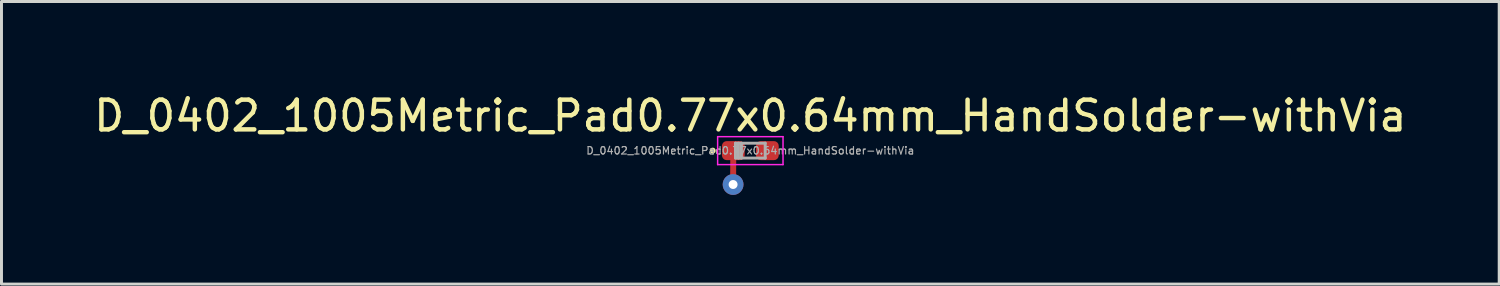
<source format=kicad_pcb>
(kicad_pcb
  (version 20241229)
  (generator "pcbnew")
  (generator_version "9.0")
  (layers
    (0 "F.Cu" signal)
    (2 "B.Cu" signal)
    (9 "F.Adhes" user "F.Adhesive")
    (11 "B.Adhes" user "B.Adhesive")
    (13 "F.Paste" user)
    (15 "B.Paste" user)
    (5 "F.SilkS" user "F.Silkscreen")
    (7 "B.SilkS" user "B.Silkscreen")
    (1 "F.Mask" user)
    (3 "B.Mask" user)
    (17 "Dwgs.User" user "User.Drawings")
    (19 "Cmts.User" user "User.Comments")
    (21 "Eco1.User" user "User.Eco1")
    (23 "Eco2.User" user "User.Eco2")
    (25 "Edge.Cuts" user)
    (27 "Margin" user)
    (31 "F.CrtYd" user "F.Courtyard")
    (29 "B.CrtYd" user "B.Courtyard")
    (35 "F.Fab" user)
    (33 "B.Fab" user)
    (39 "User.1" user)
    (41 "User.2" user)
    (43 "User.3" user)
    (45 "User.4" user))
  (footprint "D_0402_1005Metric_Pad0.77x0.64mm_HandSolder-withVia"
    (layer "F.Cu")
    (at 22.196 2.018)
    (property "Reference" "D_0402_1005Metric_Pad0.77x0.64mm_HandSolder-withVia" (at 0 -1.17 0) (layer "F.SilkS") (effects (font (size 1 1) (thickness 0.15))))
    (attr smd)
    (fp_circle (center -1.265 0) (end -1.215 0) (stroke (width 0.1) (type solid)) (fill no) (layer "F.SilkS"))
    (fp_line (start -1.1 -0.47) (end 1.1 -0.47) (stroke (width 0.05) (type solid)) (layer "F.CrtYd"))
    (fp_line (start -1.1 0.47) (end -1.1 -0.47) (stroke (width 0.05) (type solid)) (layer "F.CrtYd"))
    (fp_line (start 1.1 -0.47) (end 1.1 0.47) (stroke (width 0.05) (type solid)) (layer "F.CrtYd"))
    (fp_line (start 1.1 0.47) (end -1.1 0.47) (stroke (width 0.05) (type solid)) (layer "F.CrtYd"))
    (fp_line (start -0.5 -0.25) (end 0.5 -0.25) (stroke (width 0.1) (type solid)) (layer "F.Fab"))
    (fp_line (start -0.5 0.25) (end -0.5 -0.25) (stroke (width 0.1) (type solid)) (layer "F.Fab"))
    (fp_line (start -0.4 0.25) (end -0.4 -0.25) (stroke (width 0.1) (type solid)) (layer "F.Fab"))
    (fp_line (start -0.3 0.25) (end -0.3 -0.25) (stroke (width 0.1) (type solid)) (layer "F.Fab"))
    (fp_line (start 0.5 -0.25) (end 0.5 0.25) (stroke (width 0.1) (type solid)) (layer "F.Fab"))
    (fp_line (start 0.5 0.25) (end -0.5 0.25) (stroke (width 0.1) (type solid)) (layer "F.Fab"))
    (fp_text user "${REFERENCE}" (at 0 0 0) (layer "F.Fab") (effects (font (size 0.25 0.25) (thickness 0.04))))
    (pad "1" thru_hole circle (at -0.58 1.14) (size 0.7 0.7) (drill 0.3) (layers "*.Cu" "*.Mask"))
    (pad "1" smd custom (at -0.573 0) (size 0.64 0.64) (layers "F.Cu" "F.Mask" "F.Paste") (options (anchor circle)) (primitives (gr_poly (pts (xy -0.383 -0.16) (xy -0.37 -0.221) (xy -0.336 -0.273) (xy -0.284 -0.308) (xy -0.223 -0.32) (xy 0.223 -0.32) (xy 0.284 -0.308) (xy 0.336 -0.273) (xy 0.37 -0.221) (xy 0.383 -0.16) (xy 0.383 0.16) (xy 0.37 0.221) (xy 0.336 0.273) (xy 0.284 0.308) (xy 0.223 0.32) (xy -0.223 0.32) (xy -0.284 0.308) (xy -0.336 0.273) (xy -0.37 0.221) (xy -0.383 0.16)) (width 0) (fill yes)) (gr_line (start 0 0) (end -0.007 1.14) (width 0.2))))
    (pad "2" smd roundrect (at 0.573 0) (size 0.765 0.64) (layers "F.Cu" "F.Mask" "F.Paste") (roundrect_rratio 0.25)))
  (gr_rect
    (start -3 -3)
    (end 47.393 6.508)
    (stroke (width 0.1) (type default))
    (fill no)
    (layer "Edge.Cuts")))
</source>
